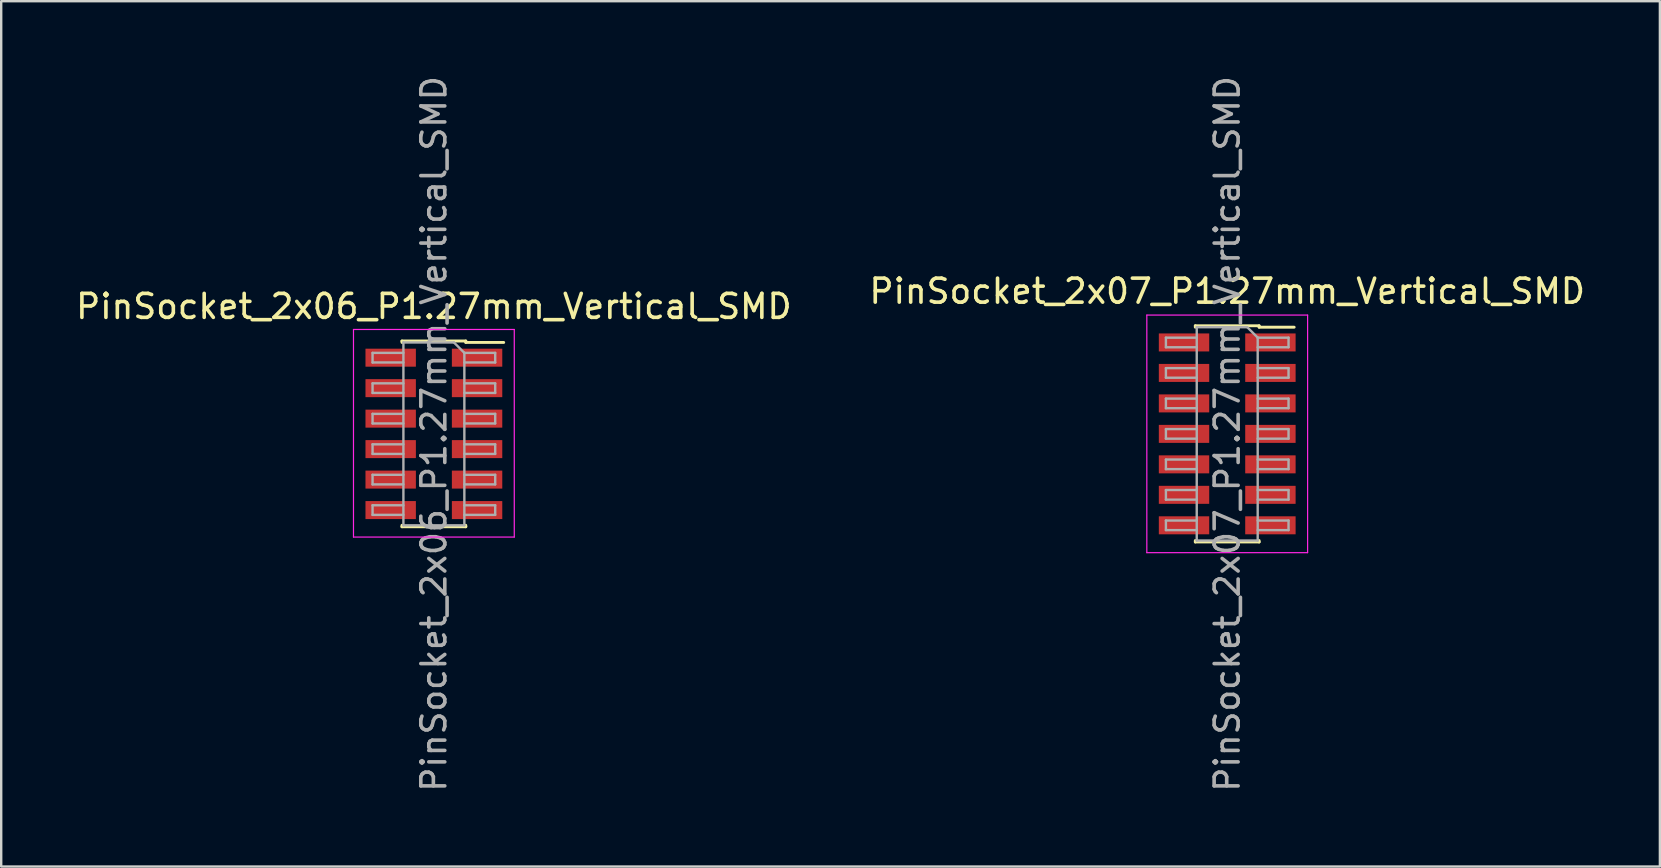
<source format=kicad_pcb>
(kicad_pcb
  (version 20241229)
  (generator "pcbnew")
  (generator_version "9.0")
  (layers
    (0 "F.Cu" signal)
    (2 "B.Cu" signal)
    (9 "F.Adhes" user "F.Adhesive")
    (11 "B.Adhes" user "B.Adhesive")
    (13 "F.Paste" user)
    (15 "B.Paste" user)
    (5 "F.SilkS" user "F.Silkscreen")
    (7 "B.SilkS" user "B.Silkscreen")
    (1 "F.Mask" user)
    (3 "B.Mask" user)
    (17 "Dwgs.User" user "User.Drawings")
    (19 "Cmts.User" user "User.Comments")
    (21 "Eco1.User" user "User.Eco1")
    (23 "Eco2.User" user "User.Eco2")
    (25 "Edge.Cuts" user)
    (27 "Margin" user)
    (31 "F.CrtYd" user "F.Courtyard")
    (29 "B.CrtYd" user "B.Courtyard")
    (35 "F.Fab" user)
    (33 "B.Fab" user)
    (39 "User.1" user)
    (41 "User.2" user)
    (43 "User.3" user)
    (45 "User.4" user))
  (footprint "PinSocket_2x06_P1.27mm_Vertical_SMD"
    (layer "F.Cu")
    (at 15.03 15.03)
    (property "Reference" "PinSocket_2x06_P1.27mm_Vertical_SMD" (at 0 -5.31 0) (layer "F.SilkS") (effects (font (size 1 1) (thickness 0.15))))
    (attr smd)
    (fp_line (start -1.33 -3.87) (end 1.33 -3.87) (stroke (width 0.12) (type solid)) (layer "F.SilkS"))
    (fp_line (start -1.33 -3.81) (end -1.33 -3.87) (stroke (width 0.12) (type solid)) (layer "F.SilkS"))
    (fp_line (start -1.33 3.87) (end -1.33 3.81) (stroke (width 0.12) (type solid)) (layer "F.SilkS"))
    (fp_line (start 1.33 -3.87) (end 1.33 -3.81) (stroke (width 0.12) (type solid)) (layer "F.SilkS"))
    (fp_line (start 1.33 -3.81) (end 2.91 -3.81) (stroke (width 0.12) (type solid)) (layer "F.SilkS"))
    (fp_line (start 1.33 3.81) (end 1.33 3.87) (stroke (width 0.12) (type solid)) (layer "F.SilkS"))
    (fp_line (start 1.33 3.87) (end -1.33 3.87) (stroke (width 0.12) (type solid)) (layer "F.SilkS"))
    (fp_line (start -3.35 -4.35) (end 3.35 -4.35) (stroke (width 0.05) (type solid)) (layer "F.CrtYd"))
    (fp_line (start -3.35 4.3) (end -3.35 -4.35) (stroke (width 0.05) (type solid)) (layer "F.CrtYd"))
    (fp_line (start 3.35 -4.35) (end 3.35 4.3) (stroke (width 0.05) (type solid)) (layer "F.CrtYd"))
    (fp_line (start 3.35 4.3) (end -3.35 4.3) (stroke (width 0.05) (type solid)) (layer "F.CrtYd"))
    (fp_line (start -2.555 -3.375) (end -1.27 -3.375) (stroke (width 0.1) (type solid)) (layer "F.Fab"))
    (fp_line (start -2.555 -2.975) (end -2.555 -3.375) (stroke (width 0.1) (type solid)) (layer "F.Fab"))
    (fp_line (start -2.555 -2.105) (end -1.27 -2.105) (stroke (width 0.1) (type solid)) (layer "F.Fab"))
    (fp_line (start -2.555 -1.705) (end -2.555 -2.105) (stroke (width 0.1) (type solid)) (layer "F.Fab"))
    (fp_line (start -2.555 -0.835) (end -1.27 -0.835) (stroke (width 0.1) (type solid)) (layer "F.Fab"))
    (fp_line (start -2.555 -0.435) (end -2.555 -0.835) (stroke (width 0.1) (type solid)) (layer "F.Fab"))
    (fp_line (start -2.555 0.435) (end -1.27 0.435) (stroke (width 0.1) (type solid)) (layer "F.Fab"))
    (fp_line (start -2.555 0.835) (end -2.555 0.435) (stroke (width 0.1) (type solid)) (layer "F.Fab"))
    (fp_line (start -2.555 1.705) (end -1.27 1.705) (stroke (width 0.1) (type solid)) (layer "F.Fab"))
    (fp_line (start -2.555 2.105) (end -2.555 1.705) (stroke (width 0.1) (type solid)) (layer "F.Fab"))
    (fp_line (start -2.555 2.975) (end -1.27 2.975) (stroke (width 0.1) (type solid)) (layer "F.Fab"))
    (fp_line (start -2.555 3.375) (end -2.555 2.975) (stroke (width 0.1) (type solid)) (layer "F.Fab"))
    (fp_line (start -1.27 -3.81) (end 0.835 -3.81) (stroke (width 0.1) (type solid)) (layer "F.Fab"))
    (fp_line (start -1.27 -2.975) (end -2.555 -2.975) (stroke (width 0.1) (type solid)) (layer "F.Fab"))
    (fp_line (start -1.27 -1.705) (end -2.555 -1.705) (stroke (width 0.1) (type solid)) (layer "F.Fab"))
    (fp_line (start -1.27 -0.435) (end -2.555 -0.435) (stroke (width 0.1) (type solid)) (layer "F.Fab"))
    (fp_line (start -1.27 0.835) (end -2.555 0.835) (stroke (width 0.1) (type solid)) (layer "F.Fab"))
    (fp_line (start -1.27 2.105) (end -2.555 2.105) (stroke (width 0.1) (type solid)) (layer "F.Fab"))
    (fp_line (start -1.27 3.375) (end -2.555 3.375) (stroke (width 0.1) (type solid)) (layer "F.Fab"))
    (fp_line (start -1.27 3.81) (end -1.27 -3.81) (stroke (width 0.1) (type solid)) (layer "F.Fab"))
    (fp_line (start 0.835 -3.81) (end 1.27 -3.375) (stroke (width 0.1) (type solid)) (layer "F.Fab"))
    (fp_line (start 1.27 -3.375) (end 1.27 3.81) (stroke (width 0.1) (type solid)) (layer "F.Fab"))
    (fp_line (start 1.27 -3.375) (end 2.555 -3.375) (stroke (width 0.1) (type solid)) (layer "F.Fab"))
    (fp_line (start 1.27 -2.105) (end 2.555 -2.105) (stroke (width 0.1) (type solid)) (layer "F.Fab"))
    (fp_line (start 1.27 -0.835) (end 2.555 -0.835) (stroke (width 0.1) (type solid)) (layer "F.Fab"))
    (fp_line (start 1.27 0.435) (end 2.555 0.435) (stroke (width 0.1) (type solid)) (layer "F.Fab"))
    (fp_line (start 1.27 1.705) (end 2.555 1.705) (stroke (width 0.1) (type solid)) (layer "F.Fab"))
    (fp_line (start 1.27 2.975) (end 2.555 2.975) (stroke (width 0.1) (type solid)) (layer "F.Fab"))
    (fp_line (start 1.27 3.81) (end -1.27 3.81) (stroke (width 0.1) (type solid)) (layer "F.Fab"))
    (fp_line (start 2.555 -3.375) (end 2.555 -2.975) (stroke (width 0.1) (type solid)) (layer "F.Fab"))
    (fp_line (start 2.555 -2.975) (end 1.27 -2.975) (stroke (width 0.1) (type solid)) (layer "F.Fab"))
    (fp_line (start 2.555 -2.105) (end 2.555 -1.705) (stroke (width 0.1) (type solid)) (layer "F.Fab"))
    (fp_line (start 2.555 -1.705) (end 1.27 -1.705) (stroke (width 0.1) (type solid)) (layer "F.Fab"))
    (fp_line (start 2.555 -0.835) (end 2.555 -0.435) (stroke (width 0.1) (type solid)) (layer "F.Fab"))
    (fp_line (start 2.555 -0.435) (end 1.27 -0.435) (stroke (width 0.1) (type solid)) (layer "F.Fab"))
    (fp_line (start 2.555 0.435) (end 2.555 0.835) (stroke (width 0.1) (type solid)) (layer "F.Fab"))
    (fp_line (start 2.555 0.835) (end 1.27 0.835) (stroke (width 0.1) (type solid)) (layer "F.Fab"))
    (fp_line (start 2.555 1.705) (end 2.555 2.105) (stroke (width 0.1) (type solid)) (layer "F.Fab"))
    (fp_line (start 2.555 2.105) (end 1.27 2.105) (stroke (width 0.1) (type solid)) (layer "F.Fab"))
    (fp_line (start 2.555 2.975) (end 2.555 3.375) (stroke (width 0.1) (type solid)) (layer "F.Fab"))
    (fp_line (start 2.555 3.375) (end 1.27 3.375) (stroke (width 0.1) (type solid)) (layer "F.Fab"))
    (fp_text user "${REFERENCE}" (at 0 0 90) (layer "F.Fab") (effects (font (size 1 1) (thickness 0.15))))
    (pad "1" smd rect (at 1.8 -3.175) (size 2.1 0.75) (layers "F.Cu" "F.Mask" "F.Paste"))
    (pad "2" smd rect (at -1.8 -3.175) (size 2.1 0.75) (layers "F.Cu" "F.Mask" "F.Paste"))
    (pad "3" smd rect (at 1.8 -1.905) (size 2.1 0.75) (layers "F.Cu" "F.Mask" "F.Paste"))
    (pad "4" smd rect (at -1.8 -1.905) (size 2.1 0.75) (layers "F.Cu" "F.Mask" "F.Paste"))
    (pad "5" smd rect (at 1.8 -0.635) (size 2.1 0.75) (layers "F.Cu" "F.Mask" "F.Paste"))
    (pad "6" smd rect (at -1.8 -0.635) (size 2.1 0.75) (layers "F.Cu" "F.Mask" "F.Paste"))
    (pad "7" smd rect (at 1.8 0.635) (size 2.1 0.75) (layers "F.Cu" "F.Mask" "F.Paste"))
    (pad "8" smd rect (at -1.8 0.635) (size 2.1 0.75) (layers "F.Cu" "F.Mask" "F.Paste"))
    (pad "9" smd rect (at 1.8 1.905) (size 2.1 0.75) (layers "F.Cu" "F.Mask" "F.Paste"))
    (pad "10" smd rect (at -1.8 1.905) (size 2.1 0.75) (layers "F.Cu" "F.Mask" "F.Paste"))
    (pad "11" smd rect (at 1.8 3.175) (size 2.1 0.75) (layers "F.Cu" "F.Mask" "F.Paste"))
    (pad "12" smd rect (at -1.8 3.175) (size 2.1 0.75) (layers "F.Cu" "F.Mask" "F.Paste")))
  (footprint "PinSocket_2x07_P1.27mm_Vertical_SMD"
    (layer "F.Cu")
    (at 48.089 15.03)
    (property "Reference" "PinSocket_2x07_P1.27mm_Vertical_SMD" (at 0 -5.945 0) (layer "F.SilkS") (effects (font (size 1 1) (thickness 0.15))))
    (attr smd)
    (fp_line (start -1.33 -4.505) (end -1.33 -4.445) (stroke (width 0.12) (type solid)) (layer "F.SilkS"))
    (fp_line (start -1.33 -4.505) (end 1.33 -4.505) (stroke (width 0.12) (type solid)) (layer "F.SilkS"))
    (fp_line (start -1.33 4.445) (end -1.33 4.505) (stroke (width 0.12) (type solid)) (layer "F.SilkS"))
    (fp_line (start -1.33 4.505) (end 1.33 4.505) (stroke (width 0.12) (type solid)) (layer "F.SilkS"))
    (fp_line (start 1.33 -4.505) (end 1.33 -4.445) (stroke (width 0.12) (type solid)) (layer "F.SilkS"))
    (fp_line (start 1.33 -4.445) (end 2.79 -4.445) (stroke (width 0.12) (type solid)) (layer "F.SilkS"))
    (fp_line (start 1.33 4.445) (end 1.33 4.505) (stroke (width 0.12) (type solid)) (layer "F.SilkS"))
    (fp_line (start -3.35 -4.95) (end 3.35 -4.95) (stroke (width 0.05) (type solid)) (layer "F.CrtYd"))
    (fp_line (start -3.35 4.95) (end -3.35 -4.95) (stroke (width 0.05) (type solid)) (layer "F.CrtYd"))
    (fp_line (start 3.35 -4.95) (end 3.35 4.95) (stroke (width 0.05) (type solid)) (layer "F.CrtYd"))
    (fp_line (start 3.35 4.95) (end -3.35 4.95) (stroke (width 0.05) (type solid)) (layer "F.CrtYd"))
    (fp_line (start -2.555 -4.01) (end -1.27 -4.01) (stroke (width 0.1) (type solid)) (layer "F.Fab"))
    (fp_line (start -2.555 -3.61) (end -2.555 -4.01) (stroke (width 0.1) (type solid)) (layer "F.Fab"))
    (fp_line (start -2.555 -2.74) (end -1.27 -2.74) (stroke (width 0.1) (type solid)) (layer "F.Fab"))
    (fp_line (start -2.555 -2.34) (end -2.555 -2.74) (stroke (width 0.1) (type solid)) (layer "F.Fab"))
    (fp_line (start -2.555 -1.47) (end -1.27 -1.47) (stroke (width 0.1) (type solid)) (layer "F.Fab"))
    (fp_line (start -2.555 -1.07) (end -2.555 -1.47) (stroke (width 0.1) (type solid)) (layer "F.Fab"))
    (fp_line (start -2.555 -0.2) (end -1.27 -0.2) (stroke (width 0.1) (type solid)) (layer "F.Fab"))
    (fp_line (start -2.555 0.2) (end -2.555 -0.2) (stroke (width 0.1) (type solid)) (layer "F.Fab"))
    (fp_line (start -2.555 1.07) (end -1.27 1.07) (stroke (width 0.1) (type solid)) (layer "F.Fab"))
    (fp_line (start -2.555 1.47) (end -2.555 1.07) (stroke (width 0.1) (type solid)) (layer "F.Fab"))
    (fp_line (start -2.555 2.34) (end -1.27 2.34) (stroke (width 0.1) (type solid)) (layer "F.Fab"))
    (fp_line (start -2.555 2.74) (end -2.555 2.34) (stroke (width 0.1) (type solid)) (layer "F.Fab"))
    (fp_line (start -2.555 3.61) (end -1.27 3.61) (stroke (width 0.1) (type solid)) (layer "F.Fab"))
    (fp_line (start -2.555 4.01) (end -2.555 3.61) (stroke (width 0.1) (type solid)) (layer "F.Fab"))
    (fp_line (start -1.27 -4.445) (end 0.835 -4.445) (stroke (width 0.1) (type solid)) (layer "F.Fab"))
    (fp_line (start -1.27 -3.61) (end -2.555 -3.61) (stroke (width 0.1) (type solid)) (layer "F.Fab"))
    (fp_line (start -1.27 -2.34) (end -2.555 -2.34) (stroke (width 0.1) (type solid)) (layer "F.Fab"))
    (fp_line (start -1.27 -1.07) (end -2.555 -1.07) (stroke (width 0.1) (type solid)) (layer "F.Fab"))
    (fp_line (start -1.27 0.2) (end -2.555 0.2) (stroke (width 0.1) (type solid)) (layer "F.Fab"))
    (fp_line (start -1.27 1.47) (end -2.555 1.47) (stroke (width 0.1) (type solid)) (layer "F.Fab"))
    (fp_line (start -1.27 2.74) (end -2.555 2.74) (stroke (width 0.1) (type solid)) (layer "F.Fab"))
    (fp_line (start -1.27 4.01) (end -2.555 4.01) (stroke (width 0.1) (type solid)) (layer "F.Fab"))
    (fp_line (start -1.27 4.445) (end -1.27 -4.445) (stroke (width 0.1) (type solid)) (layer "F.Fab"))
    (fp_line (start 0.835 -4.445) (end 1.27 -4.01) (stroke (width 0.1) (type solid)) (layer "F.Fab"))
    (fp_line (start 1.27 -4.01) (end 1.27 4.445) (stroke (width 0.1) (type solid)) (layer "F.Fab"))
    (fp_line (start 1.27 -4.01) (end 2.555 -4.01) (stroke (width 0.1) (type solid)) (layer "F.Fab"))
    (fp_line (start 1.27 -2.74) (end 2.555 -2.74) (stroke (width 0.1) (type solid)) (layer "F.Fab"))
    (fp_line (start 1.27 -1.47) (end 2.555 -1.47) (stroke (width 0.1) (type solid)) (layer "F.Fab"))
    (fp_line (start 1.27 -0.2) (end 2.555 -0.2) (stroke (width 0.1) (type solid)) (layer "F.Fab"))
    (fp_line (start 1.27 1.07) (end 2.555 1.07) (stroke (width 0.1) (type solid)) (layer "F.Fab"))
    (fp_line (start 1.27 2.34) (end 2.555 2.34) (stroke (width 0.1) (type solid)) (layer "F.Fab"))
    (fp_line (start 1.27 3.61) (end 2.555 3.61) (stroke (width 0.1) (type solid)) (layer "F.Fab"))
    (fp_line (start 1.27 4.445) (end -1.27 4.445) (stroke (width 0.1) (type solid)) (layer "F.Fab"))
    (fp_line (start 2.555 -4.01) (end 2.555 -3.61) (stroke (width 0.1) (type solid)) (layer "F.Fab"))
    (fp_line (start 2.555 -3.61) (end 1.27 -3.61) (stroke (width 0.1) (type solid)) (layer "F.Fab"))
    (fp_line (start 2.555 -2.74) (end 2.555 -2.34) (stroke (width 0.1) (type solid)) (layer "F.Fab"))
    (fp_line (start 2.555 -2.34) (end 1.27 -2.34) (stroke (width 0.1) (type solid)) (layer "F.Fab"))
    (fp_line (start 2.555 -1.47) (end 2.555 -1.07) (stroke (width 0.1) (type solid)) (layer "F.Fab"))
    (fp_line (start 2.555 -1.07) (end 1.27 -1.07) (stroke (width 0.1) (type solid)) (layer "F.Fab"))
    (fp_line (start 2.555 -0.2) (end 2.555 0.2) (stroke (width 0.1) (type solid)) (layer "F.Fab"))
    (fp_line (start 2.555 0.2) (end 1.27 0.2) (stroke (width 0.1) (type solid)) (layer "F.Fab"))
    (fp_line (start 2.555 1.07) (end 2.555 1.47) (stroke (width 0.1) (type solid)) (layer "F.Fab"))
    (fp_line (start 2.555 1.47) (end 1.27 1.47) (stroke (width 0.1) (type solid)) (layer "F.Fab"))
    (fp_line (start 2.555 2.34) (end 2.555 2.74) (stroke (width 0.1) (type solid)) (layer "F.Fab"))
    (fp_line (start 2.555 2.74) (end 1.27 2.74) (stroke (width 0.1) (type solid)) (layer "F.Fab"))
    (fp_line (start 2.555 3.61) (end 2.555 4.01) (stroke (width 0.1) (type solid)) (layer "F.Fab"))
    (fp_line (start 2.555 4.01) (end 1.27 4.01) (stroke (width 0.1) (type solid)) (layer "F.Fab"))
    (fp_text user "${REFERENCE}" (at 0 0 90) (layer "F.Fab") (effects (font (size 1 1) (thickness 0.15))))
    (pad "1" smd rect (at 1.8 -3.81) (size 2.1 0.75) (layers "F.Cu" "F.Mask" "F.Paste"))
    (pad "2" smd rect (at -1.8 -3.81) (size 2.1 0.75) (layers "F.Cu" "F.Mask" "F.Paste"))
    (pad "3" smd rect (at 1.8 -2.54) (size 2.1 0.75) (layers "F.Cu" "F.Mask" "F.Paste"))
    (pad "4" smd rect (at -1.8 -2.54) (size 2.1 0.75) (layers "F.Cu" "F.Mask" "F.Paste"))
    (pad "5" smd rect (at 1.8 -1.27) (size 2.1 0.75) (layers "F.Cu" "F.Mask" "F.Paste"))
    (pad "6" smd rect (at -1.8 -1.27) (size 2.1 0.75) (layers "F.Cu" "F.Mask" "F.Paste"))
    (pad "7" smd rect (at 1.8 0) (size 2.1 0.75) (layers "F.Cu" "F.Mask" "F.Paste"))
    (pad "8" smd rect (at -1.8 0) (size 2.1 0.75) (layers "F.Cu" "F.Mask" "F.Paste"))
    (pad "9" smd rect (at 1.8 1.27) (size 2.1 0.75) (layers "F.Cu" "F.Mask" "F.Paste"))
    (pad "10" smd rect (at -1.8 1.27) (size 2.1 0.75) (layers "F.Cu" "F.Mask" "F.Paste"))
    (pad "11" smd rect (at 1.8 2.54) (size 2.1 0.75) (layers "F.Cu" "F.Mask" "F.Paste"))
    (pad "12" smd rect (at -1.8 2.54) (size 2.1 0.75) (layers "F.Cu" "F.Mask" "F.Paste"))
    (pad "13" smd rect (at 1.8 3.81) (size 2.1 0.75) (layers "F.Cu" "F.Mask" "F.Paste"))
    (pad "14" smd rect (at -1.8 3.81) (size 2.1 0.75) (layers "F.Cu" "F.Mask" "F.Paste")))
  (gr_rect
    (start -3 -3)
    (end 66.119 33.06)
    (stroke (width 0.1) (type default))
    (fill no)
    (layer "Edge.Cuts")))
</source>
